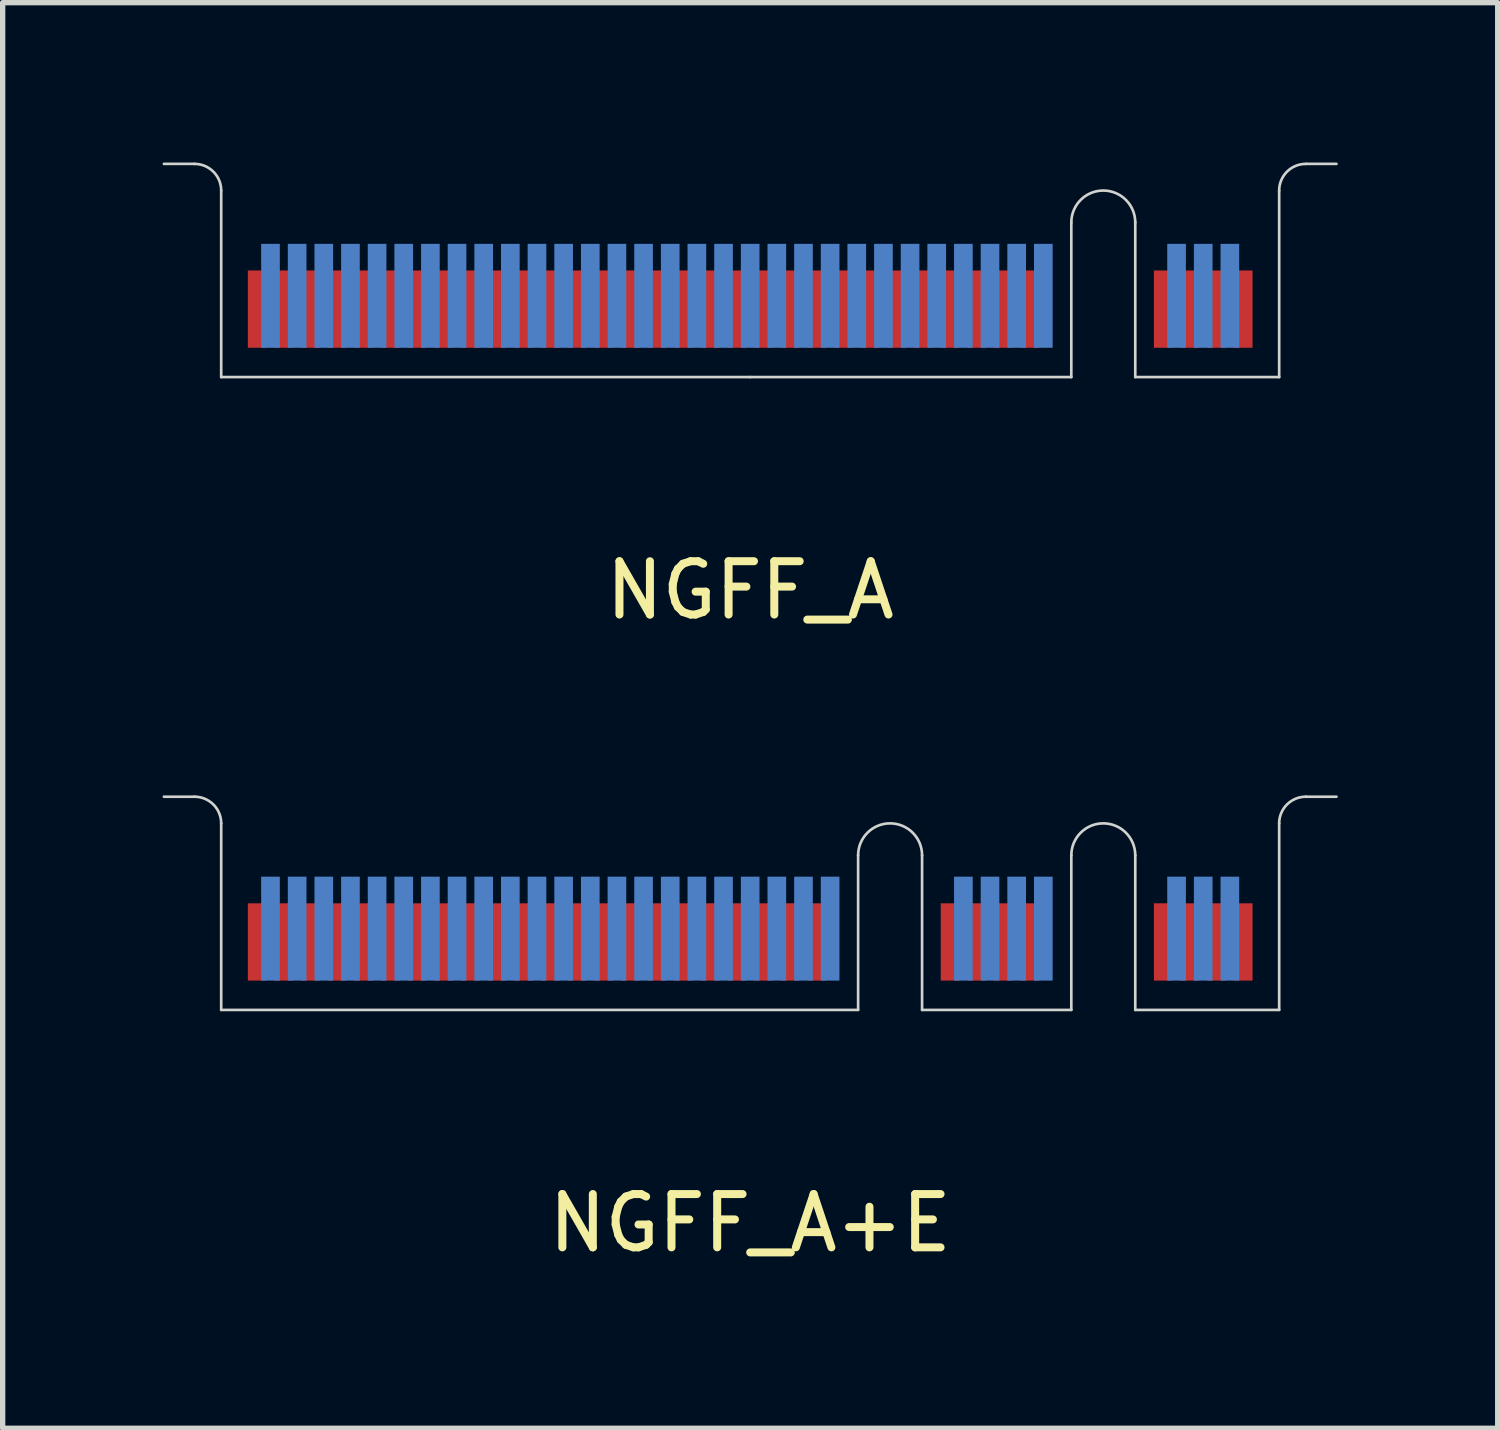
<source format=kicad_pcb>
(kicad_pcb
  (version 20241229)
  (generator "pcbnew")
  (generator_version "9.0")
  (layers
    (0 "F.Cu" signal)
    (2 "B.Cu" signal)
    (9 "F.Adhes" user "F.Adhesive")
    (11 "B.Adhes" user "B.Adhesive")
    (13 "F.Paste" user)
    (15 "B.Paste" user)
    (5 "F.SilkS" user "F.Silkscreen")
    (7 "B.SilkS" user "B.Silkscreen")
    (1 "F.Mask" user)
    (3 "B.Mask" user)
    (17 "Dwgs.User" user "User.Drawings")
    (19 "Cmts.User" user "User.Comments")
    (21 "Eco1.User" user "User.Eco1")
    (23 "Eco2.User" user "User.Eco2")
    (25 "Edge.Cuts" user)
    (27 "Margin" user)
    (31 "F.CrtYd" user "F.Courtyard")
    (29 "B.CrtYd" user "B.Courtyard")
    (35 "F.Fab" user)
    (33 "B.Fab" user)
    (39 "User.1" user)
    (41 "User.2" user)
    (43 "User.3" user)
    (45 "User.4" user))
  (footprint "NGFF_A+E"
    (layer "F.Cu")
    (at 11.025 15.898)
    (property "Reference" "NGFF_A+E" (at 0 4 0) (layer "F.SilkS") (effects (font (size 1 1) (thickness 0.15))))
    (attr through_hole)
    (fp_line (start -11 -4) (end -10.425 -4) (stroke (width 0.05) (type solid)) (layer "Edge.Cuts"))
    (fp_line (start -9.925 -3.5) (end -9.925 0) (stroke (width 0.05) (type solid)) (layer "Edge.Cuts"))
    (fp_line (start -9.925 0) (end 2.025 0) (stroke (width 0.05) (type solid)) (layer "Edge.Cuts"))
    (fp_line (start 2.025 0) (end 2.025 -2.9) (stroke (width 0.05) (type solid)) (layer "Edge.Cuts"))
    (fp_line (start 3.225 -2.9) (end 3.225 0) (stroke (width 0.05) (type solid)) (layer "Edge.Cuts"))
    (fp_line (start 3.225 0) (end 6.025 0) (stroke (width 0.05) (type solid)) (layer "Edge.Cuts"))
    (fp_line (start 6.025 0) (end 6.025 -2.9) (stroke (width 0.05) (type solid)) (layer "Edge.Cuts"))
    (fp_line (start 7.225 -2.9) (end 7.225 0) (stroke (width 0.05) (type solid)) (layer "Edge.Cuts"))
    (fp_line (start 7.225 0) (end 9.925 0) (stroke (width 0.05) (type solid)) (layer "Edge.Cuts"))
    (fp_line (start 9.925 0) (end 9.925 -3.5) (stroke (width 0.05) (type solid)) (layer "Edge.Cuts"))
    (fp_line (start 10.425 -4) (end 11 -4) (stroke (width 0.05) (type solid)) (layer "Edge.Cuts"))
    (fp_arc (start -10.425 -4) (mid -10.071447 -3.853553) (end -9.925 -3.5) (stroke (width 0.05) (type solid)) (layer "Edge.Cuts"))
    (fp_arc (start 2.025 -2.9) (mid 2.625 -3.5) (end 3.225 -2.9) (stroke (width 0.05) (type solid)) (layer "Edge.Cuts"))
    (fp_arc (start 6.025 -2.9) (mid 6.625 -3.5) (end 7.225 -2.9) (stroke (width 0.05) (type solid)) (layer "Edge.Cuts"))
    (fp_arc (start 9.925 -3.5) (mid 10.071447 -3.853553) (end 10.425 -4) (stroke (width 0.05) (type solid)) (layer "Edge.Cuts"))
    (pad "1" smd rect (at 9.25 -1.275) (size 0.35 1.45) (layers "F.Cu"))
    (pad "2" smd rect (at 9 -1.525) (size 0.35 1.95) (layers "B.Cu"))
    (pad "3" smd rect (at 8.75 -1.275) (size 0.35 1.45) (layers "F.Cu"))
    (pad "4" smd rect (at 8.5 -1.525) (size 0.35 1.95) (layers "B.Cu"))
    (pad "5" smd rect (at 8.25 -1.275) (size 0.35 1.45) (layers "F.Cu"))
    (pad "6" smd rect (at 8 -1.525) (size 0.35 1.95) (layers "B.Cu"))
    (pad "7" smd rect (at 7.75 -1.275) (size 0.35 1.45) (layers "F.Cu"))
    (pad "16" smd rect (at 5.5 -1.525) (size 0.35 1.95) (layers "B.Cu"))
    (pad "17" smd rect (at 5.25 -1.275) (size 0.35 1.45) (layers "F.Cu"))
    (pad "18" smd rect (at 5 -1.525) (size 0.35 1.95) (layers "B.Cu"))
    (pad "19" smd rect (at 4.75 -1.275) (size 0.35 1.45) (layers "F.Cu"))
    (pad "20" smd rect (at 4.5 -1.525) (size 0.35 1.95) (layers "B.Cu"))
    (pad "21" smd rect (at 4.25 -1.275) (size 0.35 1.45) (layers "F.Cu"))
    (pad "22" smd rect (at 4 -1.525) (size 0.35 1.95) (layers "B.Cu"))
    (pad "23" smd rect (at 3.75 -1.275) (size 0.35 1.45) (layers "F.Cu"))
    (pad "32" smd rect (at 1.5 -1.525) (size 0.35 1.95) (layers "B.Cu"))
    (pad "33" smd rect (at 1.25 -1.275) (size 0.35 1.45) (layers "F.Cu"))
    (pad "34" smd rect (at 1 -1.525) (size 0.35 1.95) (layers "B.Cu"))
    (pad "35" smd rect (at 0.75 -1.275) (size 0.35 1.45) (layers "F.Cu"))
    (pad "36" smd rect (at 0.5 -1.525) (size 0.35 1.95) (layers "B.Cu"))
    (pad "37" smd rect (at 0.25 -1.275) (size 0.35 1.45) (layers "F.Cu"))
    (pad "38" smd rect (at 0 -1.525) (size 0.35 1.95) (layers "B.Cu"))
    (pad "39" smd rect (at -0.25 -1.275) (size 0.35 1.45) (layers "F.Cu"))
    (pad "40" smd rect (at -0.5 -1.525) (size 0.35 1.95) (layers "B.Cu"))
    (pad "41" smd rect (at -0.75 -1.275) (size 0.35 1.45) (layers "F.Cu"))
    (pad "42" smd rect (at -1 -1.525) (size 0.35 1.95) (layers "B.Cu"))
    (pad "43" smd rect (at -1.25 -1.275) (size 0.35 1.45) (layers "F.Cu"))
    (pad "44" smd rect (at -1.5 -1.525) (size 0.35 1.95) (layers "B.Cu"))
    (pad "45" smd rect (at -1.75 -1.275) (size 0.35 1.45) (layers "F.Cu"))
    (pad "46" smd rect (at -2 -1.525) (size 0.35 1.95) (layers "B.Cu"))
    (pad "47" smd rect (at -2.25 -1.275) (size 0.35 1.45) (layers "F.Cu"))
    (pad "48" smd rect (at -2.5 -1.525) (size 0.35 1.95) (layers "B.Cu"))
    (pad "49" smd rect (at -2.75 -1.275) (size 0.35 1.45) (layers "F.Cu"))
    (pad "50" smd rect (at -3 -1.525) (size 0.35 1.95) (layers "B.Cu"))
    (pad "51" smd rect (at -3.25 -1.275) (size 0.35 1.45) (layers "F.Cu"))
    (pad "52" smd rect (at -3.5 -1.525) (size 0.35 1.95) (layers "B.Cu"))
    (pad "53" smd rect (at -3.75 -1.275) (size 0.35 1.45) (layers "F.Cu"))
    (pad "54" smd rect (at -4 -1.525) (size 0.35 1.95) (layers "B.Cu"))
    (pad "55" smd rect (at -4.25 -1.275) (size 0.35 1.45) (layers "F.Cu"))
    (pad "56" smd rect (at -4.5 -1.525) (size 0.35 1.95) (layers "B.Cu"))
    (pad "57" smd rect (at -4.75 -1.275) (size 0.35 1.45) (layers "F.Cu"))
    (pad "58" smd rect (at -5 -1.525) (size 0.35 1.95) (layers "B.Cu"))
    (pad "59" smd rect (at -5.25 -1.275) (size 0.35 1.45) (layers "F.Cu"))
    (pad "60" smd rect (at -5.5 -1.525) (size 0.35 1.95) (layers "B.Cu"))
    (pad "61" smd rect (at -5.75 -1.275) (size 0.35 1.45) (layers "F.Cu"))
    (pad "62" smd rect (at -6 -1.525) (size 0.35 1.95) (layers "B.Cu"))
    (pad "63" smd rect (at -6.25 -1.275) (size 0.35 1.45) (layers "F.Cu"))
    (pad "64" smd rect (at -6.5 -1.525) (size 0.35 1.95) (layers "B.Cu"))
    (pad "65" smd rect (at -6.75 -1.275) (size 0.35 1.45) (layers "F.Cu"))
    (pad "66" smd rect (at -7 -1.525) (size 0.35 1.95) (layers "B.Cu"))
    (pad "67" smd rect (at -7.25 -1.275) (size 0.35 1.45) (layers "F.Cu"))
    (pad "68" smd rect (at -7.5 -1.525) (size 0.35 1.95) (layers "B.Cu"))
    (pad "69" smd rect (at -7.75 -1.275) (size 0.35 1.45) (layers "F.Cu"))
    (pad "70" smd rect (at -8 -1.525) (size 0.35 1.95) (layers "B.Cu"))
    (pad "71" smd rect (at -8.25 -1.275) (size 0.35 1.45) (layers "F.Cu"))
    (pad "72" smd rect (at -8.5 -1.525) (size 0.35 1.95) (layers "B.Cu"))
    (pad "73" smd rect (at -8.75 -1.275) (size 0.35 1.45) (layers "F.Cu"))
    (pad "74" smd rect (at -9 -1.525) (size 0.35 1.95) (layers "B.Cu"))
    (pad "75" smd rect (at -9.25 -1.275) (size 0.35 1.45) (layers "F.Cu")))
  (footprint "NGFF_A"
    (layer "F.Cu")
    (at 11.025 4.025)
    (property "Reference" "NGFF_A" (at 0 4 0) (layer "F.SilkS") (effects (font (size 1 1) (thickness 0.15))))
    (attr through_hole)
    (fp_poly (pts (xy -9.925 0) (xy 6.025 0) (xy 6.025 -2) (xy -9.925 -2)) (stroke (width 0.1) (type solid)) (fill yes) (layer "F.Mask"))
    (fp_poly (pts (xy 7.225 0) (xy 9.925 0) (xy 9.925 -2) (xy 7.225 -2)) (stroke (width 0.1) (type solid)) (fill yes) (layer "F.Mask"))
    (fp_poly (pts (xy -9.925 0) (xy 6.025 0) (xy 6.025 -2.5) (xy -9.925 -2.5)) (stroke (width 0.1) (type solid)) (fill yes) (layer "B.Mask"))
    (fp_poly (pts (xy 7.225 0) (xy 9.925 0) (xy 9.925 -2.5) (xy 7.225 -2.5)) (stroke (width 0.1) (type solid)) (fill yes) (layer "B.Mask"))
    (fp_line (start -11 -4) (end -10.425 -4) (stroke (width 0.05) (type solid)) (layer "Edge.Cuts"))
    (fp_line (start -9.925 -3.5) (end -9.925 0) (stroke (width 0.05) (type solid)) (layer "Edge.Cuts"))
    (fp_line (start -9.925 0) (end 0 0) (stroke (width 0.05) (type solid)) (layer "Edge.Cuts"))
    (fp_line (start 0 0) (end 6.025 0) (stroke (width 0.05) (type solid)) (layer "Edge.Cuts"))
    (fp_line (start 6.025 0) (end 6.025 -2.9) (stroke (width 0.05) (type solid)) (layer "Edge.Cuts"))
    (fp_line (start 7.225 -2.9) (end 7.225 0) (stroke (width 0.05) (type solid)) (layer "Edge.Cuts"))
    (fp_line (start 7.225 0) (end 9.925 0) (stroke (width 0.05) (type solid)) (layer "Edge.Cuts"))
    (fp_line (start 9.925 0) (end 9.925 -3.5) (stroke (width 0.05) (type solid)) (layer "Edge.Cuts"))
    (fp_line (start 10.425 -4) (end 11 -4) (stroke (width 0.05) (type solid)) (layer "Edge.Cuts"))
    (fp_arc (start -10.425 -4) (mid -10.071447 -3.853553) (end -9.925 -3.5) (stroke (width 0.05) (type solid)) (layer "Edge.Cuts"))
    (fp_arc (start 6.025 -2.9) (mid 6.625 -3.5) (end 7.225 -2.9) (stroke (width 0.05) (type solid)) (layer "Edge.Cuts"))
    (fp_arc (start 9.925 -3.5) (mid 10.071447 -3.853553) (end 10.425 -4) (stroke (width 0.05) (type solid)) (layer "Edge.Cuts"))
    (pad "1" smd rect (at 9.25 -1.275) (size 0.35 1.45) (layers "F.Cu"))
    (pad "2" smd rect (at 9 -1.525) (size 0.35 1.95) (layers "B.Cu"))
    (pad "3" smd rect (at 8.75 -1.275) (size 0.35 1.45) (layers "F.Cu"))
    (pad "4" smd rect (at 8.5 -1.525) (size 0.35 1.95) (layers "B.Cu"))
    (pad "5" smd rect (at 8.25 -1.275) (size 0.35 1.45) (layers "F.Cu"))
    (pad "6" smd rect (at 8 -1.525) (size 0.35 1.95) (layers "B.Cu"))
    (pad "7" smd rect (at 7.75 -1.275) (size 0.35 1.45) (layers "F.Cu"))
    (pad "16" smd rect (at 5.5 -1.525) (size 0.35 1.95) (layers "B.Cu"))
    (pad "17" smd rect (at 5.25 -1.275) (size 0.35 1.45) (layers "F.Cu"))
    (pad "18" smd rect (at 5 -1.525) (size 0.35 1.95) (layers "B.Cu"))
    (pad "19" smd rect (at 4.75 -1.275) (size 0.35 1.45) (layers "F.Cu"))
    (pad "20" smd rect (at 4.5 -1.525) (size 0.35 1.95) (layers "B.Cu"))
    (pad "21" smd rect (at 4.25 -1.275) (size 0.35 1.45) (layers "F.Cu"))
    (pad "22" smd rect (at 4 -1.525) (size 0.35 1.95) (layers "B.Cu"))
    (pad "23" smd rect (at 3.75 -1.275) (size 0.35 1.45) (layers "F.Cu"))
    (pad "24" smd rect (at 3.5 -1.525) (size 0.35 1.95) (layers "B.Cu"))
    (pad "25" smd rect (at 3.25 -1.275) (size 0.35 1.45) (layers "F.Cu"))
    (pad "26" smd rect (at 3 -1.525) (size 0.35 1.95) (layers "B.Cu"))
    (pad "27" smd rect (at 2.75 -1.275) (size 0.35 1.45) (layers "F.Cu"))
    (pad "28" smd rect (at 2.5 -1.525) (size 0.35 1.95) (layers "B.Cu"))
    (pad "29" smd rect (at 2.25 -1.275) (size 0.35 1.45) (layers "F.Cu"))
    (pad "30" smd rect (at 2 -1.525) (size 0.35 1.95) (layers "B.Cu"))
    (pad "31" smd rect (at 1.75 -1.275) (size 0.35 1.45) (layers "F.Cu"))
    (pad "32" smd rect (at 1.5 -1.525) (size 0.35 1.95) (layers "B.Cu"))
    (pad "33" smd rect (at 1.25 -1.275) (size 0.35 1.45) (layers "F.Cu"))
    (pad "34" smd rect (at 1 -1.525) (size 0.35 1.95) (layers "B.Cu"))
    (pad "35" smd rect (at 0.75 -1.275) (size 0.35 1.45) (layers "F.Cu"))
    (pad "36" smd rect (at 0.5 -1.525) (size 0.35 1.95) (layers "B.Cu"))
    (pad "37" smd rect (at 0.25 -1.275) (size 0.35 1.45) (layers "F.Cu"))
    (pad "38" smd rect (at 0 -1.525) (size 0.35 1.95) (layers "B.Cu"))
    (pad "39" smd rect (at -0.25 -1.275) (size 0.35 1.45) (layers "F.Cu"))
    (pad "40" smd rect (at -0.5 -1.525) (size 0.35 1.95) (layers "B.Cu"))
    (pad "41" smd rect (at -0.75 -1.275) (size 0.35 1.45) (layers "F.Cu"))
    (pad "42" smd rect (at -1 -1.525) (size 0.35 1.95) (layers "B.Cu"))
    (pad "43" smd rect (at -1.25 -1.275) (size 0.35 1.45) (layers "F.Cu"))
    (pad "44" smd rect (at -1.5 -1.525) (size 0.35 1.95) (layers "B.Cu"))
    (pad "45" smd rect (at -1.75 -1.275) (size 0.35 1.45) (layers "F.Cu"))
    (pad "46" smd rect (at -2 -1.525) (size 0.35 1.95) (layers "B.Cu"))
    (pad "47" smd rect (at -2.25 -1.275) (size 0.35 1.45) (layers "F.Cu"))
    (pad "48" smd rect (at -2.5 -1.525) (size 0.35 1.95) (layers "B.Cu"))
    (pad "49" smd rect (at -2.75 -1.275) (size 0.35 1.45) (layers "F.Cu"))
    (pad "50" smd rect (at -3 -1.525) (size 0.35 1.95) (layers "B.Cu"))
    (pad "51" smd rect (at -3.25 -1.275) (size 0.35 1.45) (layers "F.Cu"))
    (pad "52" smd rect (at -3.5 -1.525) (size 0.35 1.95) (layers "B.Cu"))
    (pad "53" smd rect (at -3.75 -1.275) (size 0.35 1.45) (layers "F.Cu"))
    (pad "54" smd rect (at -4 -1.525) (size 0.35 1.95) (layers "B.Cu"))
    (pad "55" smd rect (at -4.25 -1.275) (size 0.35 1.45) (layers "F.Cu"))
    (pad "56" smd rect (at -4.5 -1.525) (size 0.35 1.95) (layers "B.Cu"))
    (pad "57" smd rect (at -4.75 -1.275) (size 0.35 1.45) (layers "F.Cu"))
    (pad "58" smd rect (at -5 -1.525) (size 0.35 1.95) (layers "B.Cu"))
    (pad "59" smd rect (at -5.25 -1.275) (size 0.35 1.45) (layers "F.Cu"))
    (pad "60" smd rect (at -5.5 -1.525) (size 0.35 1.95) (layers "B.Cu"))
    (pad "61" smd rect (at -5.75 -1.275) (size 0.35 1.45) (layers "F.Cu"))
    (pad "62" smd rect (at -6 -1.525) (size 0.35 1.95) (layers "B.Cu"))
    (pad "63" smd rect (at -6.25 -1.275) (size 0.35 1.45) (layers "F.Cu"))
    (pad "64" smd rect (at -6.5 -1.525) (size 0.35 1.95) (layers "B.Cu"))
    (pad "65" smd rect (at -6.75 -1.275) (size 0.35 1.45) (layers "F.Cu"))
    (pad "66" smd rect (at -7 -1.525) (size 0.35 1.95) (layers "B.Cu"))
    (pad "67" smd rect (at -7.25 -1.275) (size 0.35 1.45) (layers "F.Cu"))
    (pad "68" smd rect (at -7.5 -1.525) (size 0.35 1.95) (layers "B.Cu"))
    (pad "69" smd rect (at -7.75 -1.275) (size 0.35 1.45) (layers "F.Cu"))
    (pad "70" smd rect (at -8 -1.525) (size 0.35 1.95) (layers "B.Cu"))
    (pad "71" smd rect (at -8.25 -1.275) (size 0.35 1.45) (layers "F.Cu"))
    (pad "72" smd rect (at -8.5 -1.525) (size 0.35 1.95) (layers "B.Cu"))
    (pad "73" smd rect (at -8.75 -1.275) (size 0.35 1.45) (layers "F.Cu"))
    (pad "74" smd rect (at -9 -1.525) (size 0.35 1.95) (layers "B.Cu"))
    (pad "75" smd rect (at -9.25 -1.275) (size 0.35 1.45) (layers "F.Cu")))
  (gr_rect
    (start -3 -3)
    (end 25.05 23.747)
    (stroke (width 0.1) (type default))
    (fill no)
    (layer "Edge.Cuts")))
</source>
